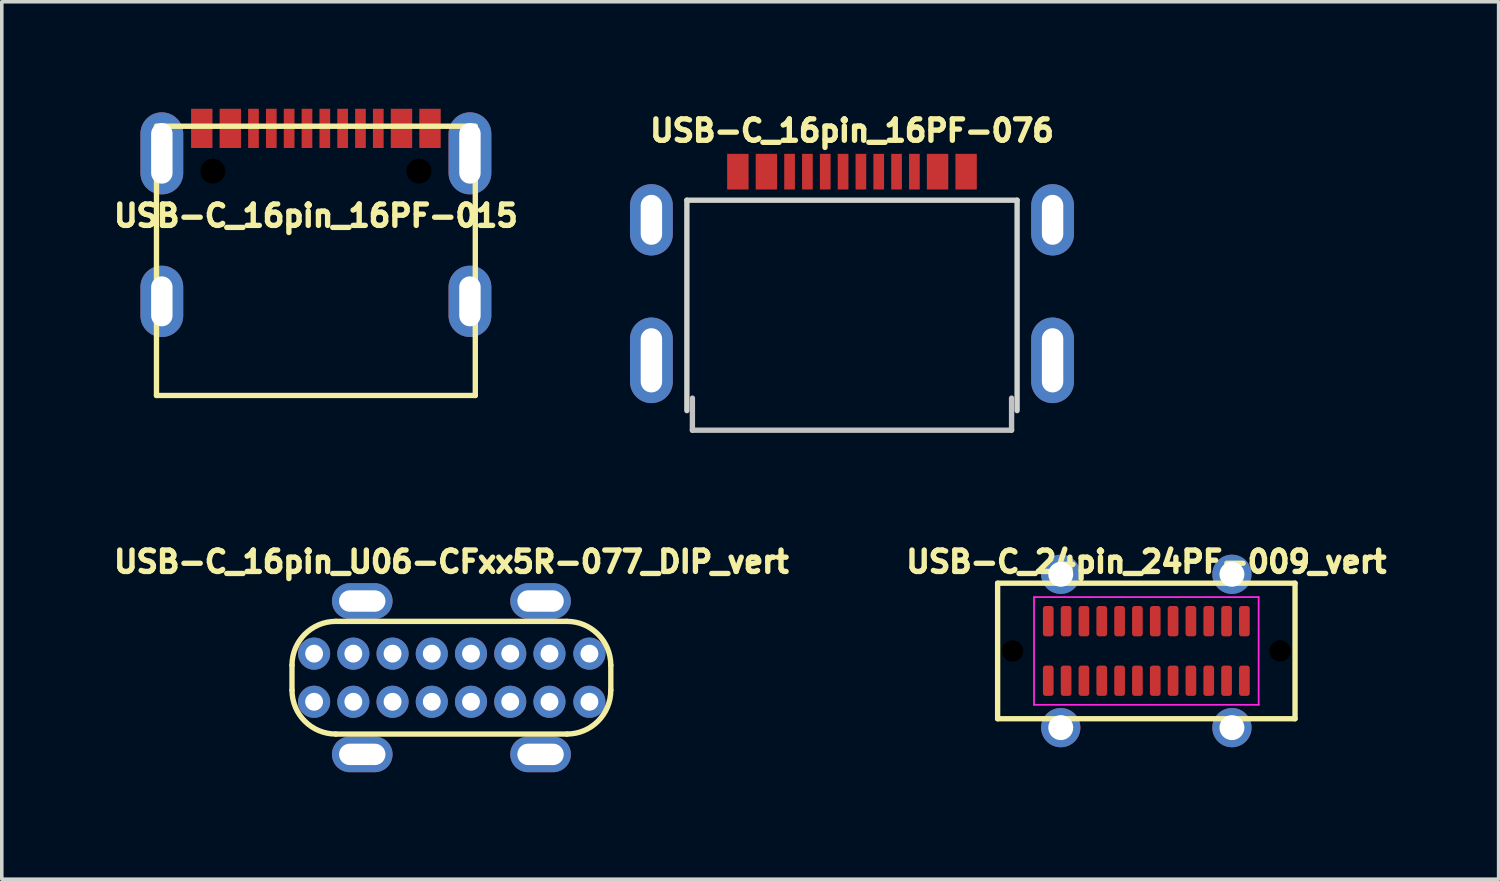
<source format=kicad_pcb>
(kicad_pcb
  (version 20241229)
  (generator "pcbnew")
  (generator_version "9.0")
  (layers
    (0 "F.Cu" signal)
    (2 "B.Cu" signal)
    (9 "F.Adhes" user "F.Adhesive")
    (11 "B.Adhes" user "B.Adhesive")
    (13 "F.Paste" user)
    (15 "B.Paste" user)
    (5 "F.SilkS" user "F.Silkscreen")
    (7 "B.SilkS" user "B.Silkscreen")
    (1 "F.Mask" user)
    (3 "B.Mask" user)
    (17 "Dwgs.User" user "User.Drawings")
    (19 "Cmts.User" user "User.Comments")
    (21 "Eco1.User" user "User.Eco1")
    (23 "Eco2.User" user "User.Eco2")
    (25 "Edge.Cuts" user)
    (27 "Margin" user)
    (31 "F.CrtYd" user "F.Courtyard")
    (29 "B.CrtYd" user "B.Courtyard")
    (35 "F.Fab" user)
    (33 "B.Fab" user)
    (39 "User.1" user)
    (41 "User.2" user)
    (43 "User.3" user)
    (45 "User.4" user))
  (footprint "USB-C_16pin_16PF-015"
    (layer "F.Cu")
    (at 5.808 1.25)
    (property "Reference" "USB-C_16pin_16PF-015" (at 0 1.75 0) (unlocked yes) (layer "F.SilkS") (effects (font (size 0.6 0.6) (thickness 0.15))))
    (fp_line (start -4.47 -0.76) (end 4.47 -0.76) (stroke (width 0.15) (type solid)) (layer "F.SilkS"))
    (fp_line (start -4.47 6.79) (end -4.47 -0.76) (stroke (width 0.15) (type solid)) (layer "F.SilkS"))
    (fp_line (start 4.47 6.79) (end -4.47 6.79) (stroke (width 0.15) (type solid)) (layer "F.SilkS"))
    (fp_line (start 4.47 6.79) (end 4.47 -0.76) (stroke (width 0.15) (type solid)) (layer "F.SilkS"))
    (pad "" np_thru_hole circle (at -2.89 0.5) (size 1.1 1.1) (drill 0.7) (layers "*.Mask"))
    (pad "" np_thru_hole circle (at 2.89 0.5) (size 1.1 1.1) (drill 0.7) (layers "*.Mask"))
    (pad "A1B12" smd rect (at -3.2 -0.7) (size 0.6 1.1) (layers "F.Cu" "F.Mask" "F.Paste"))
    (pad "A4B9" smd rect (at -2.4 -0.7) (size 0.6 1.1) (layers "F.Cu" "F.Mask" "F.Paste"))
    (pad "A5" smd rect (at -1.25 -0.7) (size 0.3 1.1) (layers "F.Cu" "F.Mask" "F.Paste"))
    (pad "A6" smd rect (at -0.25 -0.7) (size 0.3 1.1) (layers "F.Cu" "F.Mask" "F.Paste"))
    (pad "A7" smd rect (at 0.25 -0.7) (size 0.3 1.1) (layers "F.Cu" "F.Mask" "F.Paste"))
    (pad "A8" smd rect (at 1.25 -0.7) (size 0.3 1.1) (layers "F.Cu" "F.Mask" "F.Paste"))
    (pad "B1A12" smd rect (at 3.2 -0.7) (size 0.6 1.1) (layers "F.Cu" "F.Mask" "F.Paste"))
    (pad "B4A9" smd rect (at 2.4 -0.7) (size 0.6 1.1) (layers "F.Cu" "F.Mask" "F.Paste"))
    (pad "B5" smd rect (at 1.75 -0.7) (size 0.3 1.1) (layers "F.Cu" "F.Mask" "F.Paste"))
    (pad "B6" smd rect (at 0.75 -0.7) (size 0.3 1.1) (layers "F.Cu" "F.Mask" "F.Paste"))
    (pad "B7" smd rect (at -0.75 -0.7) (size 0.3 1.1) (layers "F.Cu" "F.Mask" "F.Paste"))
    (pad "B8" smd rect (at -1.75 -0.7) (size 0.3 1.1) (layers "F.Cu" "F.Mask" "F.Paste"))
    (pad "SHLD" thru_hole oval (at -4.32 0) (size 1.2 2.3) (drill oval 0.6 1.7) (layers "*.Cu" "*.Mask"))
    (pad "SHLD" thru_hole oval (at -4.32 4.15) (size 1.2 2) (drill oval 0.6 1.4) (layers "*.Cu" "*.Mask"))
    (pad "SHLD" thru_hole oval (at 4.32 0) (size 1.2 2.3) (drill oval 0.6 1.7) (layers "*.Cu" "*.Mask"))
    (pad "SHLD" thru_hole oval (at 4.32 4.15) (size 1.2 2) (drill oval 0.6 1.4) (layers "*.Cu" "*.Mask")))
  (footprint "USB-C_24pin_24PF-009_vert"
    (layer "F.Cu")
    (at 29.095 15.204)
    (property "Reference" "USB-C_24pin_24PF-009_vert" (at 0 -2.5 180) (layer "F.SilkS") (effects (font (size 0.6 0.6) (thickness 0.15))))
    (attr smd)
    (fp_line (start -4.17 -1.9) (end 4.17 -1.9) (stroke (width 0.15) (type default)) (layer "F.SilkS"))
    (fp_line (start -4.17 1.9) (end -4.17 -1.9) (stroke (width 0.15) (type default)) (layer "F.SilkS"))
    (fp_line (start 4.17 -1.9) (end 4.17 1.9) (stroke (width 0.15) (type default)) (layer "F.SilkS"))
    (fp_line (start 4.17 1.9) (end -4.17 1.9) (stroke (width 0.15) (type default)) (layer "F.SilkS"))
    (fp_line (start -3.15 -1.51) (end 3.15 -1.51) (stroke (width 0.05) (type default)) (layer "F.CrtYd"))
    (fp_line (start -3.15 1.51) (end -3.15 -1.51) (stroke (width 0.05) (type default)) (layer "F.CrtYd"))
    (fp_line (start 3.15 -1.51) (end 3.15 1.51) (stroke (width 0.05) (type default)) (layer "F.CrtYd"))
    (fp_line (start 3.15 1.51) (end -3.15 1.51) (stroke (width 0.05) (type default)) (layer "F.CrtYd"))
    (pad "" np_thru_hole circle (at -3.75 0) (size 1 1) (drill 0.6) (layers "*.Mask"))
    (pad "" np_thru_hole circle (at 3.75 0) (size 1 1) (drill 0.6) (layers "*.Mask"))
    (pad "A1" smd roundrect (at -2.75 -0.835) (size 0.3 0.85) (layers "F.Cu" "F.Mask" "F.Paste") (roundrect_rratio 0.25))
    (pad "A2" smd roundrect (at -2.25 -0.835) (size 0.3 0.85) (layers "F.Cu" "F.Mask" "F.Paste") (roundrect_rratio 0.25))
    (pad "A3" smd roundrect (at -1.75 -0.835) (size 0.3 0.85) (layers "F.Cu" "F.Mask" "F.Paste") (roundrect_rratio 0.25))
    (pad "A4" smd roundrect (at -1.25 -0.835) (size 0.3 0.85) (layers "F.Cu" "F.Mask" "F.Paste") (roundrect_rratio 0.25))
    (pad "A5" smd roundrect (at -0.75 -0.835) (size 0.3 0.85) (layers "F.Cu" "F.Mask" "F.Paste") (roundrect_rratio 0.25))
    (pad "A6" smd roundrect (at -0.25 -0.835) (size 0.3 0.85) (layers "F.Cu" "F.Mask" "F.Paste") (roundrect_rratio 0.25))
    (pad "A7" smd roundrect (at 0.25 -0.835) (size 0.3 0.85) (layers "F.Cu" "F.Mask" "F.Paste") (roundrect_rratio 0.25))
    (pad "A8" smd roundrect (at 0.75 -0.835) (size 0.3 0.85) (layers "F.Cu" "F.Mask" "F.Paste") (roundrect_rratio 0.25))
    (pad "A9" smd roundrect (at 1.25 -0.835) (size 0.3 0.85) (layers "F.Cu" "F.Mask" "F.Paste") (roundrect_rratio 0.25))
    (pad "A10" smd roundrect (at 1.75 -0.835) (size 0.3 0.85) (layers "F.Cu" "F.Mask" "F.Paste") (roundrect_rratio 0.25))
    (pad "A11" smd roundrect (at 2.25 -0.835) (size 0.3 0.85) (layers "F.Cu" "F.Mask" "F.Paste") (roundrect_rratio 0.25))
    (pad "A12" smd roundrect (at 2.75 -0.835) (size 0.3 0.85) (layers "F.Cu" "F.Mask" "F.Paste") (roundrect_rratio 0.25))
    (pad "B1" smd roundrect (at 2.75 0.835) (size 0.3 0.85) (layers "F.Cu" "F.Mask" "F.Paste") (roundrect_rratio 0.25))
    (pad "B2" smd roundrect (at 2.25 0.835) (size 0.3 0.85) (layers "F.Cu" "F.Mask" "F.Paste") (roundrect_rratio 0.25))
    (pad "B3" smd roundrect (at 1.75 0.835) (size 0.3 0.85) (layers "F.Cu" "F.Mask" "F.Paste") (roundrect_rratio 0.25))
    (pad "B4" smd roundrect (at 1.25 0.835) (size 0.3 0.85) (layers "F.Cu" "F.Mask" "F.Paste") (roundrect_rratio 0.25))
    (pad "B5" smd roundrect (at 0.75 0.835) (size 0.3 0.85) (layers "F.Cu" "F.Mask" "F.Paste") (roundrect_rratio 0.25))
    (pad "B6" smd roundrect (at 0.25 0.835) (size 0.3 0.85) (layers "F.Cu" "F.Mask" "F.Paste") (roundrect_rratio 0.25))
    (pad "B7" smd roundrect (at -0.25 0.835) (size 0.3 0.85) (layers "F.Cu" "F.Mask" "F.Paste") (roundrect_rratio 0.25))
    (pad "B8" smd roundrect (at -0.75 0.835) (size 0.3 0.85) (layers "F.Cu" "F.Mask" "F.Paste") (roundrect_rratio 0.25))
    (pad "B9" smd roundrect (at -1.25 0.835) (size 0.3 0.85) (layers "F.Cu" "F.Mask" "F.Paste") (roundrect_rratio 0.25))
    (pad "B10" smd roundrect (at -1.75 0.835) (size 0.3 0.85) (layers "F.Cu" "F.Mask" "F.Paste") (roundrect_rratio 0.25))
    (pad "B11" smd roundrect (at -2.25 0.835) (size 0.3 0.85) (layers "F.Cu" "F.Mask" "F.Paste") (roundrect_rratio 0.25))
    (pad "B12" smd roundrect (at -2.75 0.835) (size 0.3 0.85) (layers "F.Cu" "F.Mask" "F.Paste") (roundrect_rratio 0.25))
    (pad "SHLD" thru_hole circle (at -2.4 -2.15) (size 1.1 1.1) (drill 0.7) (layers "*.Cu" "*.Mask" "F.Paste"))
    (pad "SHLD" thru_hole circle (at -2.4 2.15) (size 1.1 1.1) (drill 0.7) (layers "*.Cu" "*.Mask" "F.Paste"))
    (pad "SHLD" thru_hole circle (at 2.4 -2.15) (size 1.1 1.1) (drill 0.7) (layers "*.Cu" "*.Mask" "F.Paste"))
    (pad "SHLD" thru_hole circle (at 2.4 2.15) (size 1.1 1.1) (drill 0.7) (layers "*.Cu" "*.Mask" "F.Paste")))
  (footprint "USB-C_16pin_16PF-076"
    (layer "F.Cu")
    (at 20.841 3.114)
    (property "Reference" "USB-C_16pin_16PF-076" (at 0 -2.5 0) (unlocked yes) (layer "F.SilkS") (effects (font (size 0.6 0.6) (thickness 0.15))))
    (attr smd)
    (fp_line (start -4.475 5.9) (end -4.475 5) (stroke (width 0.15) (type solid)) (layer "Dwgs.User"))
    (fp_line (start 4.475 5.9) (end -4.475 5.9) (stroke (width 0.15) (type solid)) (layer "Dwgs.User"))
    (fp_line (start 4.475 5.9) (end 4.475 5) (stroke (width 0.15) (type solid)) (layer "Dwgs.User"))
    (fp_line (start -4.63 -0.55) (end -4.63 5.35) (stroke (width 0.15) (type default)) (layer "Edge.Cuts"))
    (fp_line (start -4.63 -0.55) (end 4.63 -0.55) (stroke (width 0.15) (type default)) (layer "Edge.Cuts"))
    (fp_line (start 4.63 -0.55) (end 4.63 5.35) (stroke (width 0.15) (type default)) (layer "Edge.Cuts"))
    (pad "A1B12" smd rect (at -3.2 -1.35) (size 0.6 1) (layers "F.Cu" "F.Mask" "F.Paste"))
    (pad "A4B9" smd rect (at -2.4 -1.35) (size 0.6 1) (layers "F.Cu" "F.Mask" "F.Paste"))
    (pad "A5" smd rect (at -1.25 -1.35) (size 0.3 1) (layers "F.Cu" "F.Mask" "F.Paste"))
    (pad "A6" smd rect (at -0.25 -1.35) (size 0.3 1) (layers "F.Cu" "F.Mask" "F.Paste"))
    (pad "A7" smd rect (at 0.25 -1.35) (size 0.3 1) (layers "F.Cu" "F.Mask" "F.Paste"))
    (pad "A8" smd rect (at 1.25 -1.35) (size 0.3 1) (layers "F.Cu" "F.Mask" "F.Paste"))
    (pad "B1A12" smd rect (at 3.2 -1.35) (size 0.6 1) (layers "F.Cu" "F.Mask" "F.Paste"))
    (pad "B4A9" smd rect (at 2.4 -1.35) (size 0.6 1) (layers "F.Cu" "F.Mask" "F.Paste"))
    (pad "B5" smd rect (at 1.75 -1.35) (size 0.3 1) (layers "F.Cu" "F.Mask" "F.Paste"))
    (pad "B6" smd rect (at 0.75 -1.35) (size 0.3 1) (layers "F.Cu" "F.Mask" "F.Paste"))
    (pad "B7" smd rect (at -0.75 -1.35) (size 0.3 1) (layers "F.Cu" "F.Mask" "F.Paste"))
    (pad "B8" smd rect (at -1.75 -1.35) (size 0.3 1) (layers "F.Cu" "F.Mask" "F.Paste"))
    (pad "SHLD" thru_hole oval (at -5.625 0) (size 1.2 2) (drill oval 0.6 1.4) (layers "*.Cu" "*.Mask" "F.Paste"))
    (pad "SHLD" thru_hole oval (at -5.625 3.94) (size 1.2 2.4) (drill oval 0.6 1.8) (layers "*.Cu" "*.Mask" "F.Paste"))
    (pad "SHLD" thru_hole oval (at 5.625 0) (size 1.2 2) (drill oval 0.6 1.4) (layers "*.Cu" "*.Mask" "F.Paste"))
    (pad "SHLD" thru_hole oval (at 5.625 3.94) (size 1.2 2.4) (drill oval 0.6 1.8) (layers "*.Cu" "*.Mask" "F.Paste")))
  (footprint "USB-C_16pin_U06-CFxx5R-077_DIP_vert"
    (layer "F.Cu")
    (at 9.608 15.954)
    (property "Reference" "USB-C_16pin_U06-CFxx5R-077_DIP_vert" (at 0 -3.25 0) (unlocked yes) (layer "F.SilkS") (effects (font (size 0.6 0.6) (thickness 0.15))))
    (attr smd)
    (fp_line (start -4.47 0.35) (end -4.47 -0.35) (stroke (width 0.15) (type solid)) (layer "F.SilkS"))
    (fp_line (start -3.24 -1.58) (end 3.24 -1.58) (stroke (width 0.15) (type solid)) (layer "F.SilkS"))
    (fp_line (start 3.24 1.58) (end -3.24 1.58) (stroke (width 0.15) (type solid)) (layer "F.SilkS"))
    (fp_line (start 4.47 0.35) (end 4.47 -0.35) (stroke (width 0.15) (type solid)) (layer "F.SilkS"))
    (fp_arc (start -4.47 -0.35) (mid -4.109741 -1.219741) (end -3.24 -1.58) (stroke (width 0.15) (type default)) (layer "F.SilkS"))
    (fp_arc (start -3.24 1.58) (mid -4.109741 1.219741) (end -4.47 0.35) (stroke (width 0.15) (type default)) (layer "F.SilkS"))
    (fp_arc (start 3.24 -1.58) (mid 4.109741 -1.219741) (end 4.47 -0.35) (stroke (width 0.15) (type default)) (layer "F.SilkS"))
    (fp_arc (start 4.47 0.35) (mid 4.109741 1.219741) (end 3.24 1.58) (stroke (width 0.15) (type default)) (layer "F.SilkS"))
    (pad "A1B12" thru_hole circle (at -3.85 -0.675) (size 0.9 0.9) (drill 0.5) (layers "*.Cu" "*.Mask"))
    (pad "A1B12" thru_hole circle (at -3.85 0.675) (size 0.9 0.9) (drill 0.5) (layers "*.Cu" "*.Mask"))
    (pad "A4B9" thru_hole circle (at -2.75 -0.675) (size 0.9 0.9) (drill 0.5) (layers "*.Cu" "*.Mask"))
    (pad "A4B9" thru_hole circle (at -2.75 0.675) (size 0.9 0.9) (drill 0.5) (layers "*.Cu" "*.Mask"))
    (pad "A5" thru_hole circle (at -1.65 -0.675) (size 0.9 0.9) (drill 0.5) (layers "*.Cu" "*.Mask"))
    (pad "A6" thru_hole circle (at -0.55 -0.675) (size 0.9 0.9) (drill 0.5) (layers "*.Cu" "*.Mask"))
    (pad "A7" thru_hole circle (at 0.55 -0.675) (size 0.9 0.9) (drill 0.5) (layers "*.Cu" "*.Mask"))
    (pad "A8" thru_hole circle (at 1.65 -0.675) (size 0.9 0.9) (drill 0.5) (layers "*.Cu" "*.Mask"))
    (pad "B1A12" thru_hole circle (at 3.87 -0.675) (size 0.9 0.9) (drill 0.5) (layers "*.Cu" "*.Mask"))
    (pad "B1A12" thru_hole circle (at 3.87 0.675) (size 0.9 0.9) (drill 0.5) (layers "*.Cu" "*.Mask"))
    (pad "B4A9" thru_hole circle (at 2.75 -0.675) (size 0.9 0.9) (drill 0.5) (layers "*.Cu" "*.Mask"))
    (pad "B4A9" thru_hole circle (at 2.75 0.675) (size 0.9 0.9) (drill 0.5) (layers "*.Cu" "*.Mask"))
    (pad "B5" thru_hole circle (at 1.65 0.675) (size 0.9 0.9) (drill 0.5) (layers "*.Cu" "*.Mask"))
    (pad "B6" thru_hole circle (at 0.55 0.675) (size 0.9 0.9) (drill 0.5) (layers "*.Cu" "*.Mask"))
    (pad "B7" thru_hole circle (at -0.55 0.675) (size 0.9 0.9) (drill 0.5) (layers "*.Cu" "*.Mask"))
    (pad "B8" thru_hole circle (at -1.65 0.675) (size 0.9 0.9) (drill 0.5) (layers "*.Cu" "*.Mask"))
    (pad "SHLD" thru_hole oval (at -2.5 -2.15) (size 1.7 1) (drill oval 1.3 0.6) (layers "*.Cu" "*.Mask"))
    (pad "SHLD" thru_hole oval (at -2.5 2.15) (size 1.7 1) (drill oval 1.3 0.6) (layers "*.Cu" "*.Mask"))
    (pad "SHLD" thru_hole oval (at 2.5 -2.15) (size 1.7 1) (drill oval 1.3 0.6) (layers "*.Cu" "*.Mask"))
    (pad "SHLD" thru_hole oval (at 2.5 2.15) (size 1.7 1) (drill oval 1.3 0.6) (layers "*.Cu" "*.Mask")))
  (gr_rect
    (start -3 -3)
    (end 38.974 21.604)
    (stroke (width 0.1) (type default))
    (fill no)
    (layer "Edge.Cuts")))
</source>
